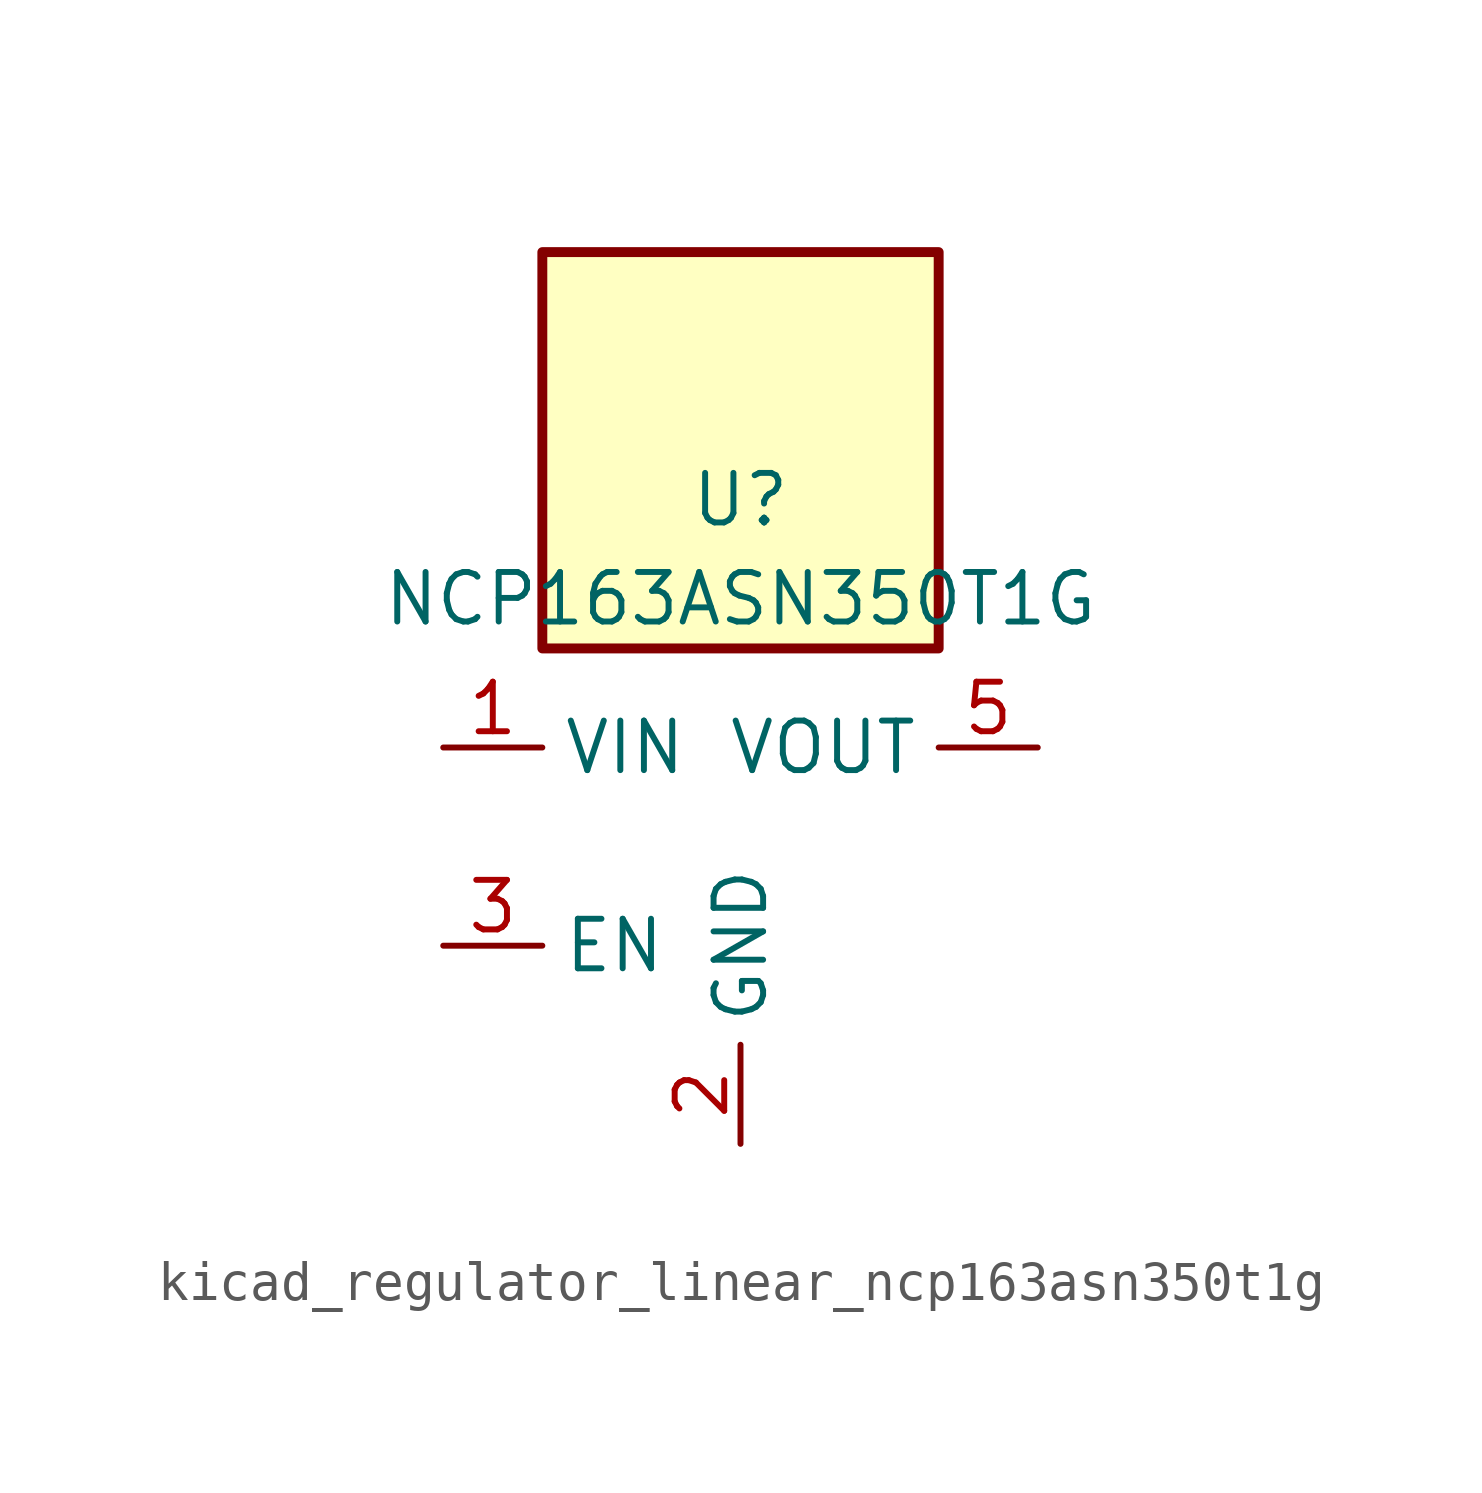
<source format=kicad_sym>
(kicad_symbol_lib
  (version 20220914)
  (generator kicad_symbol_editor)
  (symbol "kicad_regulator_linear_ncp163asn350t1g"
    (property "Reference" "U"
      (at 0 8.89 0)
      (effects (font (size 1.27 1.27))))
    (property "Value" "NCP163ASN350T1G"
      (at 0 6.35 0)
      (effects (font (size 1.27 1.27))))
    (symbol "kicad_regulator_linear_ncp163asn350t1g_0_1"
      (rectangle (start 5.08 15.24) (end -5.08 5.08) (stroke (width 0.254) (type default)) (fill (type background))))
    (symbol "kicad_regulator_linear_ncp163asn350t1g_1_1"
      (pin power_in line (at -7.62 2.54 0) (length 2.54) (name "VIN" (effects (font (size 1.27 1.27)))) (number "1" (effects (font (size 1.27 1.27)))))
      (pin power_in line (at 0 -7.62 90) (length 2.54) (name "GND" (effects (font (size 1.27 1.27)))) (number "2" (effects (font (size 1.27 1.27)))))
      (pin input line (at -7.62 -2.54 0) (length 2.54) (name "EN" (effects (font (size 1.27 1.27)))) (number "3" (effects (font (size 1.27 1.27)))))
      (pin no_connect line (at 5.08 -2.54 180) (length 2.54) hide (name "NC" (effects (font (size 1.27 1.27)))) (number "4" (effects (font (size 1.27 1.27)))))
      (pin power_out line (at 7.62 2.54 180) (length 2.54) (name "VOUT" (effects (font (size 1.27 1.27)))) (number "5" (effects (font (size 1.27 1.27))))))))
</source>
